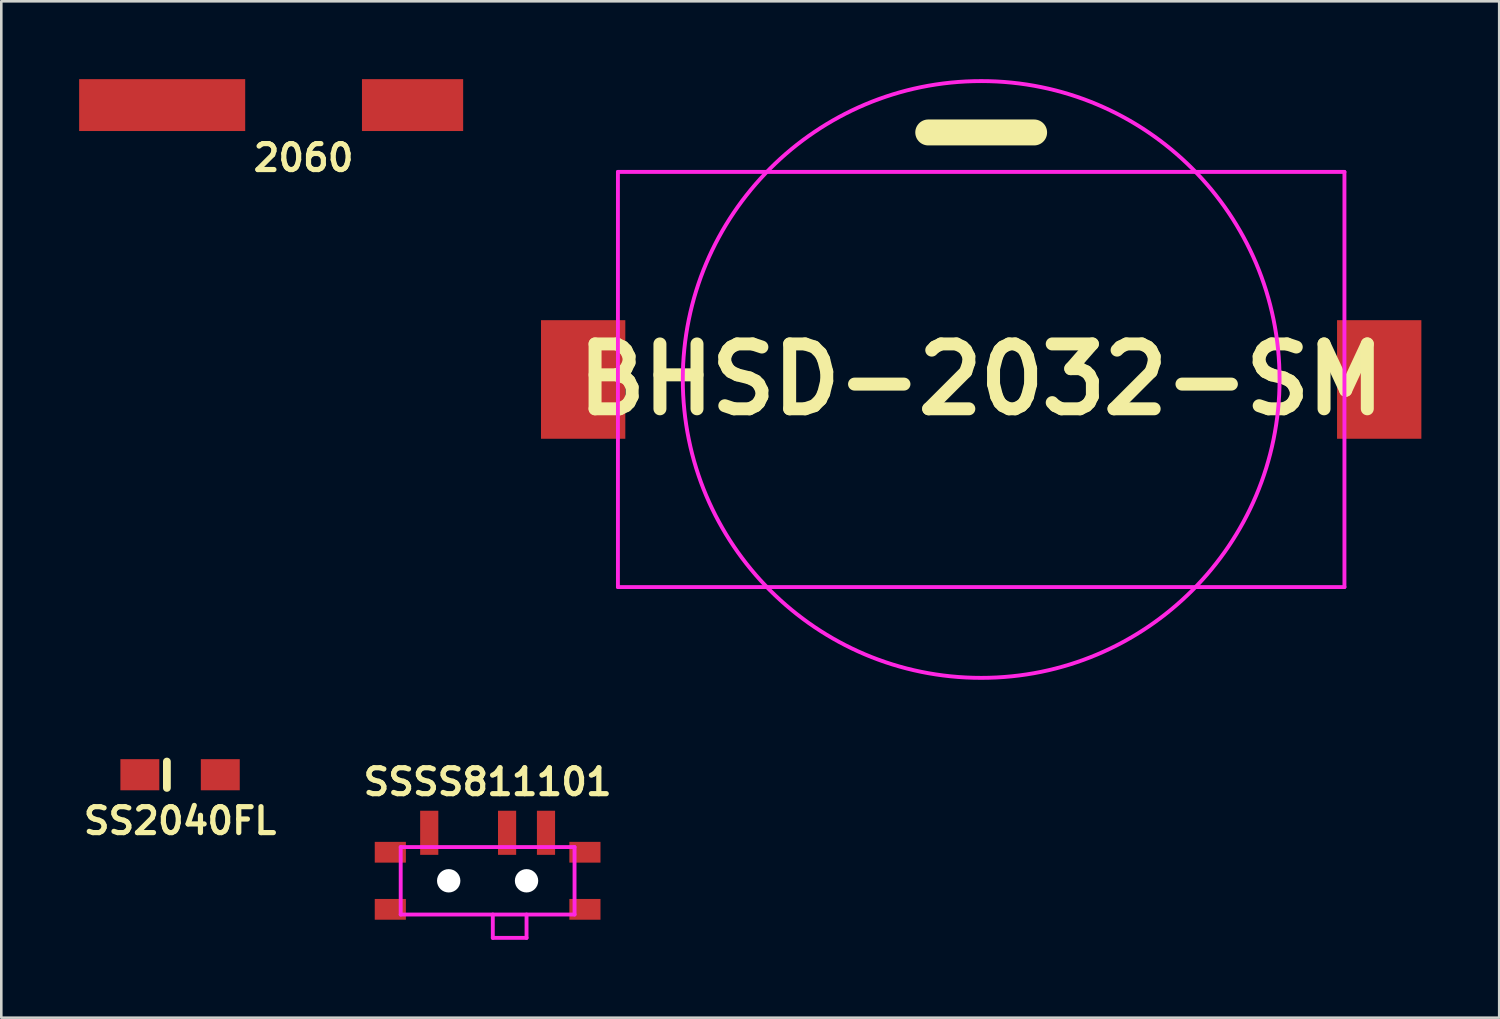
<source format=kicad_pcb>
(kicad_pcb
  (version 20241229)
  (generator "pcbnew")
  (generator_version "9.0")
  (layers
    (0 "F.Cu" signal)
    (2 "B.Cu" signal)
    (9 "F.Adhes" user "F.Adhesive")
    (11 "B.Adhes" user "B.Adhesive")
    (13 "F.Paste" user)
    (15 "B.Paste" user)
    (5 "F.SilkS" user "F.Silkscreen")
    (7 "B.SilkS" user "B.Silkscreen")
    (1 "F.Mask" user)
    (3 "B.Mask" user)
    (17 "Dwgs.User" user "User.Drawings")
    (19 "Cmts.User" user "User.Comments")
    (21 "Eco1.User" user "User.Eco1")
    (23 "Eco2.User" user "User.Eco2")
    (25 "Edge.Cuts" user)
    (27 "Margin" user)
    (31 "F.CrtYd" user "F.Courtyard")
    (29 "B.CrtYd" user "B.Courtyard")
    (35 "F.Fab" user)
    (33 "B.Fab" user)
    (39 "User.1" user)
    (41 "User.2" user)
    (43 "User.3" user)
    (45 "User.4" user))
  (footprint "2060"
    (layer "F.Cu")
    (at 8.65 1)
    (property "Reference" "2060" (at 0 2.032 0) (layer "F.SilkS") (effects (font (size 1 1) (thickness 0.2))))
    (attr through_hole)
    (pad "1" smd rect (at -5.45 0) (size 6.4 2) (layers "F.Cu" "F.Mask" "F.Paste"))
    (pad "1" smd rect (at 4.2 0) (size 3.9 2) (layers "F.Cu" "F.Mask" "F.Paste")))
  (footprint "SSSS811101"
    (layer "F.Cu")
    (at 15.743 30.896)
    (property "Reference" "SSSS811101" (at 0 -3.81 0) (layer "F.SilkS") (effects (font (size 1 1) (thickness 0.2))))
    (attr through_hole)
    (fp_line (start -3.35 -1.3) (end -3.35 1.3) (stroke (width 0.15) (type solid)) (layer "F.CrtYd"))
    (fp_line (start -3.35 -1.3) (end 3.35 -1.3) (stroke (width 0.15) (type solid)) (layer "F.CrtYd"))
    (fp_line (start 0.2 1.3) (end 0.2 2.2) (stroke (width 0.15) (type solid)) (layer "F.CrtYd"))
    (fp_line (start 0.2 2.2) (end 1.5 2.2) (stroke (width 0.15) (type solid)) (layer "F.CrtYd"))
    (fp_line (start 1.5 2.2) (end 1.5 1.3) (stroke (width 0.15) (type solid)) (layer "F.CrtYd"))
    (fp_line (start 3.35 -1.3) (end 3.35 1.3) (stroke (width 0.15) (type solid)) (layer "F.CrtYd"))
    (fp_line (start 3.35 1.3) (end -3.35 1.3) (stroke (width 0.15) (type solid)) (layer "F.CrtYd"))
    (pad "" smd rect (at -3.75 -1.1) (size 1.2 0.8) (layers "F.Cu" "F.Mask" "F.Paste"))
    (pad "" smd rect (at -3.75 1.1) (size 1.2 0.8) (layers "F.Cu" "F.Mask" "F.Paste"))
    (pad "" np_thru_hole circle (at -1.5 0) (size 0.9 0.9) (drill 0.9) (layers "*.Cu" "*.Mask"))
    (pad "" np_thru_hole circle (at 1.5 0) (size 0.9 0.9) (drill 0.9) (layers "*.Cu" "*.Mask"))
    (pad "" smd rect (at 3.75 -1.1) (size 1.2 0.8) (layers "F.Cu" "F.Mask" "F.Paste"))
    (pad "" smd rect (at 3.75 1.1) (size 1.2 0.8) (layers "F.Cu" "F.Mask" "F.Paste"))
    (pad "1" smd rect (at -2.25 -1.85) (size 0.7 1.7) (layers "F.Cu" "F.Mask" "F.Paste"))
    (pad "2" smd rect (at 0.75 -1.85) (size 0.7 1.7) (layers "F.Cu" "F.Mask" "F.Paste"))
    (pad "3" smd rect (at 2.25 -1.85) (size 0.7 1.7) (layers "F.Cu" "F.Mask" "F.Paste")))
  (footprint "SS2040FL"
    (layer "F.Cu")
    (at 3.89 26.808)
    (property "Reference" "SS2040FL" (at 0 1.778 0) (layer "F.SilkS") (effects (font (size 1 1) (thickness 0.2))))
    (attr through_hole)
    (fp_line (start -0.508 -0.508) (end -0.508 0.508) (stroke (width 0.3) (type solid)) (layer "F.SilkS"))
    (pad "1" smd rect (at -1.55 0) (size 1.5 1.2) (layers "F.Cu" "F.Mask" "F.Paste"))
    (pad "2" smd rect (at 1.55 0) (size 1.5 1.2) (layers "F.Cu" "F.Mask" "F.Paste")))
  (footprint "BHSD-2032-SM"
    (layer "F.Cu")
    (at 34.765 11.575)
    (property "Reference" "BHSD-2032-SM" (at 0 0 0) (layer "F.SilkS") (effects (font (size 2.5 2.5) (thickness 0.5))))
    (attr through_hole)
    (fp_line (start -2.04 -9.52) (end 2.04 -9.52) (stroke (width 1) (type solid)) (layer "F.SilkS"))
    (fp_line (start -14 -8) (end -14 8) (stroke (width 0.15) (type solid)) (layer "F.CrtYd"))
    (fp_line (start -14 8) (end 14 8) (stroke (width 0.15) (type solid)) (layer "F.CrtYd"))
    (fp_line (start 14 -8) (end -14 -8) (stroke (width 0.15) (type solid)) (layer "F.CrtYd"))
    (fp_line (start 14 8) (end 14 -8) (stroke (width 0.15) (type solid)) (layer "F.CrtYd"))
    (fp_circle (center 0 0) (end 0 -11.5) (stroke (width 0.15) (type solid)) (fill no) (layer "F.CrtYd"))
    (pad "1" smd rect (at -15.34 0) (size 3.25 4.57) (layers "F.Cu" "F.Mask" "F.Paste"))
    (pad "2" smd rect (at 15.34 0) (size 3.25 4.57) (layers "F.Cu" "F.Mask" "F.Paste")))
  (gr_rect
    (start -3 -3)
    (end 54.73 36.171)
    (stroke (width 0.1) (type default))
    (fill no)
    (layer "Edge.Cuts")))
</source>
